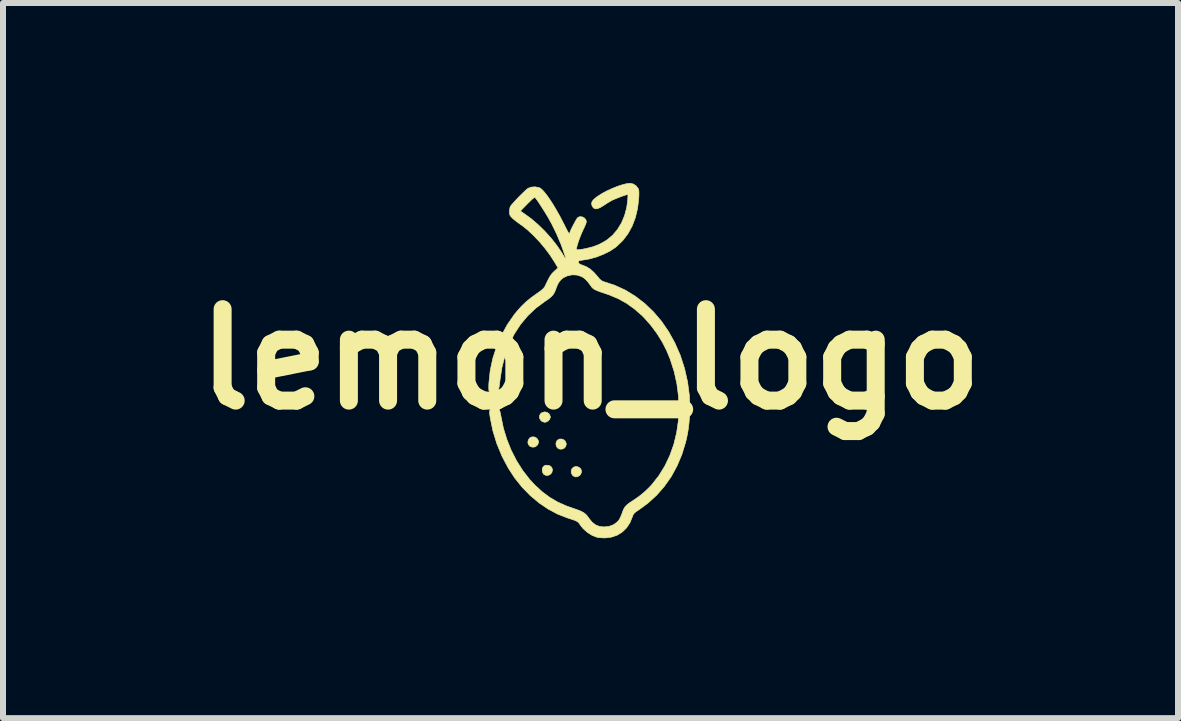
<source format=kicad_pcb>
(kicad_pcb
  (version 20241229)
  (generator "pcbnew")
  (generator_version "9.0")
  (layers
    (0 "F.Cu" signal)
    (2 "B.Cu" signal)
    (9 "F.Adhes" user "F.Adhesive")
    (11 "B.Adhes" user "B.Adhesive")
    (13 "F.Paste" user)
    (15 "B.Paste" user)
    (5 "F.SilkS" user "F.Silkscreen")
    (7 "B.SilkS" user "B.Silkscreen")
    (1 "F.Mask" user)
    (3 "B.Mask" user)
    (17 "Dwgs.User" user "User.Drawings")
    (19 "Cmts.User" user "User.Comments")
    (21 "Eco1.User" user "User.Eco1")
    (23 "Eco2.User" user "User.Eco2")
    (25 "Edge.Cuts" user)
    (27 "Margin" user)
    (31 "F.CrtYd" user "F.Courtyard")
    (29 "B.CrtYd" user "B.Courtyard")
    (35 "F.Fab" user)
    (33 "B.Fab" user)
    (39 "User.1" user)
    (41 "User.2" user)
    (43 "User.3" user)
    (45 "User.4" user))
  (footprint "lemon_logo"
    (layer "F.Cu")
    (at 6.793 2.938)
    (property "Reference" "lemon_logo" (at 0 0 0) (layer "F.SilkS") (effects (font (size 1.524 1.524) (thickness 0.3))))
    (attr through_hole)
    (fp_poly (pts (xy -0.694 1.769) (xy -0.658 1.789) (xy -0.638 1.823) (xy -0.635 1.848) (xy -0.644 1.888) (xy -0.669 1.917) (xy -0.703 1.935) (xy -0.74 1.937) (xy -0.775 1.921) (xy -0.783 1.913) (xy -0.802 1.879) (xy -0.806 1.841) (xy -0.797 1.805) (xy -0.775 1.778) (xy -0.745 1.766) (xy -0.694 1.769)) (stroke (width 0.01) (type solid)) (fill yes) (layer "F.SilkS"))
    (fp_poly (pts (xy -0.215 1.791) (xy -0.176 1.812) (xy -0.154 1.844) (xy -0.15 1.882) (xy -0.167 1.921) (xy -0.178 1.934) (xy -0.215 1.958) (xy -0.255 1.961) (xy -0.291 1.943) (xy -0.298 1.936) (xy -0.32 1.899) (xy -0.323 1.861) (xy -0.311 1.827) (xy -0.285 1.8) (xy -0.25 1.788) (xy -0.215 1.791)) (stroke (width 0.01) (type solid)) (fill yes) (layer "F.SilkS"))
    (fp_poly (pts (xy -0.72 0.887) (xy -0.687 0.914) (xy -0.671 0.952) (xy -0.67 0.966) (xy -0.68 1) (xy -0.706 1.029) (xy -0.741 1.047) (xy -0.762 1.051) (xy -0.803 1.04) (xy -0.826 1.022) (xy -0.849 0.986) (xy -0.852 0.949) (xy -0.838 0.914) (xy -0.809 0.889) (xy -0.767 0.878) (xy -0.762 0.877) (xy -0.72 0.887)) (stroke (width 0.01) (type solid)) (fill yes) (layer "F.SilkS"))
    (fp_poly (pts (xy -0.446 1.342) (xy -0.418 1.369) (xy -0.405 1.406) (xy -0.404 1.416) (xy -0.414 1.454) (xy -0.439 1.483) (xy -0.475 1.498) (xy -0.513 1.498) (xy -0.549 1.48) (xy -0.552 1.477) (xy -0.572 1.444) (xy -0.577 1.404) (xy -0.565 1.365) (xy -0.554 1.351) (xy -0.52 1.331) (xy -0.482 1.329) (xy -0.446 1.342)) (stroke (width 0.01) (type solid)) (fill yes) (layer "F.SilkS"))
    (fp_poly (pts (xy -0.914 1.303) (xy -0.885 1.329) (xy -0.868 1.363) (xy -0.866 1.38) (xy -0.873 1.407) (xy -0.89 1.436) (xy -0.89 1.436) (xy -0.922 1.46) (xy -0.963 1.466) (xy -1.004 1.455) (xy -1.012 1.449) (xy -1.038 1.418) (xy -1.045 1.379) (xy -1.034 1.341) (xy -1.012 1.311) (xy -0.983 1.296) (xy -0.947 1.293) (xy -0.914 1.303)) (stroke (width 0.01) (type solid)) (fill yes) (layer "F.SilkS"))
    (fp_poly (pts (xy 0.71 -2.922) (xy 0.757 -2.893) (xy 0.791 -2.851) (xy 0.792 -2.85) (xy 0.801 -2.829) (xy 0.806 -2.804) (xy 0.807 -2.77) (xy 0.806 -2.722) (xy 0.804 -2.685) (xy 0.785 -2.518) (xy 0.748 -2.363) (xy 0.694 -2.22) (xy 0.623 -2.091) (xy 0.536 -1.977) (xy 0.433 -1.879) (xy 0.415 -1.864) (xy 0.324 -1.804) (xy 0.218 -1.751) (xy 0.104 -1.706) (xy -0.012 -1.673) (xy -0.117 -1.655) (xy -0.165 -1.648) (xy -0.193 -1.64) (xy -0.205 -1.627) (xy -0.203 -1.609) (xy -0.203 -1.609) (xy -0.187 -1.591) (xy -0.15 -1.573) (xy -0.131 -1.567) (xy -0.065 -1.54) (xy -0.003 -1.501) (xy 0.057 -1.447) (xy 0.12 -1.376) (xy 0.148 -1.34) (xy 0.187 -1.307) (xy 0.223 -1.292) (xy 0.406 -1.232) (xy 0.582 -1.151) (xy 0.748 -1.049) (xy 0.904 -0.929) (xy 1.049 -0.79) (xy 1.182 -0.634) (xy 1.301 -0.461) (xy 1.403 -0.277) (xy 1.496 -0.066) (xy 1.567 0.154) (xy 1.618 0.38) (xy 1.648 0.61) (xy 1.655 0.84) (xy 1.65 0.953) (xy 1.642 1.056) (xy 1.632 1.146) (xy 1.619 1.23) (xy 1.601 1.317) (xy 1.586 1.38) (xy 1.524 1.583) (xy 1.444 1.774) (xy 1.347 1.953) (xy 1.232 2.117) (xy 1.101 2.267) (xy 0.955 2.4) (xy 0.823 2.497) (xy 0.776 2.529) (xy 0.743 2.553) (xy 0.723 2.573) (xy 0.71 2.593) (xy 0.701 2.616) (xy 0.699 2.622) (xy 0.658 2.723) (xy 0.601 2.81) (xy 0.529 2.88) (xy 0.445 2.932) (xy 0.349 2.965) (xy 0.245 2.978) (xy 0.227 2.978) (xy 0.18 2.976) (xy 0.137 2.972) (xy 0.11 2.968) (xy 0.027 2.936) (xy -0.053 2.886) (xy -0.124 2.822) (xy -0.169 2.766) (xy -0.185 2.741) (xy -0.201 2.722) (xy -0.218 2.707) (xy -0.242 2.694) (xy -0.277 2.68) (xy -0.325 2.664) (xy -0.387 2.644) (xy -0.549 2.581) (xy -0.708 2.496) (xy -0.861 2.392) (xy -1.005 2.271) (xy -1.14 2.133) (xy -1.262 1.981) (xy -1.37 1.816) (xy -1.476 1.615) (xy -1.562 1.406) (xy -1.628 1.191) (xy -1.672 0.975) (xy -1.674 0.961) (xy -1.681 0.913) (xy -1.683 0.881) (xy -1.68 0.859) (xy -1.672 0.842) (xy -1.669 0.837) (xy -1.64 0.809) (xy -1.602 0.798) (xy -1.564 0.802) (xy -1.532 0.823) (xy -1.52 0.84) (xy -1.511 0.867) (xy -1.501 0.908) (xy -1.492 0.956) (xy -1.49 0.964) (xy -1.452 1.15) (xy -1.395 1.336) (xy -1.322 1.518) (xy -1.233 1.692) (xy -1.13 1.855) (xy -1.016 2.002) (xy -0.924 2.101) (xy -0.802 2.212) (xy -0.679 2.303) (xy -0.548 2.38) (xy -0.405 2.444) (xy -0.292 2.484) (xy -0.217 2.51) (xy -0.159 2.533) (xy -0.116 2.556) (xy -0.081 2.583) (xy -0.052 2.615) (xy -0.028 2.649) (xy 0.026 2.716) (xy 0.086 2.762) (xy 0.154 2.788) (xy 0.224 2.795) (xy 0.309 2.786) (xy 0.385 2.757) (xy 0.446 2.712) (xy 0.468 2.688) (xy 0.486 2.66) (xy 0.504 2.622) (xy 0.525 2.57) (xy 0.536 2.538) (xy 0.554 2.495) (xy 0.576 2.46) (xy 0.607 2.427) (xy 0.65 2.393) (xy 0.704 2.358) (xy 0.809 2.286) (xy 0.898 2.213) (xy 0.98 2.135) (xy 1.02 2.092) (xy 1.138 1.942) (xy 1.239 1.779) (xy 1.322 1.604) (xy 1.388 1.419) (xy 1.435 1.226) (xy 1.464 1.026) (xy 1.474 0.822) (xy 1.466 0.616) (xy 1.439 0.408) (xy 1.393 0.201) (xy 1.327 -0.003) (xy 1.269 -0.144) (xy 1.197 -0.285) (xy 1.109 -0.427) (xy 1.008 -0.563) (xy 0.9 -0.686) (xy 0.859 -0.728) (xy 0.73 -0.84) (xy 0.599 -0.934) (xy 0.459 -1.011) (xy 0.306 -1.075) (xy 0.241 -1.097) (xy 0.169 -1.121) (xy 0.116 -1.141) (xy 0.077 -1.158) (xy 0.049 -1.175) (xy 0.027 -1.194) (xy 0.009 -1.218) (xy 0.004 -1.225) (xy -0.041 -1.286) (xy -0.081 -1.33) (xy -0.121 -1.362) (xy -0.156 -1.381) (xy -0.23 -1.404) (xy -0.308 -1.407) (xy -0.385 -1.391) (xy -0.454 -1.358) (xy -0.489 -1.33) (xy -0.518 -1.297) (xy -0.543 -1.257) (xy -0.566 -1.204) (xy -0.578 -1.17) (xy -0.597 -1.121) (xy -0.62 -1.082) (xy -0.65 -1.047) (xy -0.691 -1.012) (xy -0.749 -0.972) (xy -0.761 -0.964) (xy -0.912 -0.852) (xy -1.048 -0.723) (xy -1.168 -0.579) (xy -1.272 -0.419) (xy -1.358 -0.246) (xy -1.426 -0.059) (xy -1.477 0.139) (xy -1.508 0.341) (xy -1.515 0.401) (xy -1.523 0.456) (xy -1.531 0.499) (xy -1.537 0.525) (xy -1.538 0.529) (xy -1.563 0.554) (xy -1.599 0.567) (xy -1.639 0.565) (xy -1.675 0.547) (xy -1.678 0.544) (xy -1.688 0.534) (xy -1.693 0.521) (xy -1.696 0.499) (xy -1.696 0.464) (xy -1.695 0.413) (xy -1.693 0.387) (xy -1.672 0.187) (xy -1.629 -0.013) (xy -1.566 -0.21) (xy -1.484 -0.4) (xy -1.385 -0.58) (xy -1.269 -0.747) (xy -1.221 -0.805) (xy -1.149 -0.885) (xy -1.075 -0.957) (xy -0.991 -1.025) (xy -0.893 -1.096) (xy -0.89 -1.098) (xy -0.831 -1.14) (xy -0.79 -1.175) (xy -0.766 -1.203) (xy -0.761 -1.213) (xy -0.727 -1.283) (xy -0.701 -1.336) (xy -0.679 -1.376) (xy -0.659 -1.406) (xy -0.64 -1.431) (xy -0.617 -1.454) (xy -0.605 -1.466) (xy -0.542 -1.523) (xy -0.601 -1.622) (xy -0.673 -1.734) (xy -0.758 -1.848) (xy -0.85 -1.958) (xy -0.947 -2.06) (xy -1.044 -2.151) (xy -1.138 -2.227) (xy -1.166 -2.246) (xy -1.212 -2.279) (xy -1.258 -2.314) (xy -1.295 -2.345) (xy -1.301 -2.351) (xy -1.329 -2.38) (xy -1.344 -2.403) (xy -1.35 -2.429) (xy -1.351 -2.458) (xy -1.35 -2.471) (xy -1.166 -2.471) (xy -1.157 -2.462) (xy -1.133 -2.445) (xy -1.1 -2.423) (xy -1.098 -2.421) (xy -0.987 -2.341) (xy -0.873 -2.243) (xy -0.76 -2.132) (xy -0.653 -2.013) (xy -0.556 -1.889) (xy -0.473 -1.766) (xy -0.448 -1.723) (xy -0.429 -1.691) (xy -0.415 -1.669) (xy -0.41 -1.663) (xy -0.411 -1.673) (xy -0.418 -1.699) (xy -0.429 -1.737) (xy -0.432 -1.746) (xy -0.491 -1.913) (xy -0.564 -2.086) (xy -0.647 -2.256) (xy -0.678 -2.312) (xy -0.706 -2.363) (xy -0.741 -2.421) (xy -0.779 -2.482) (xy -0.817 -2.542) (xy -0.853 -2.597) (xy -0.884 -2.644) (xy -0.909 -2.677) (xy -0.919 -2.69) (xy -0.927 -2.695) (xy -0.939 -2.692) (xy -0.957 -2.681) (xy -0.983 -2.658) (xy -1.021 -2.621) (xy -1.051 -2.592) (xy -1.092 -2.55) (xy -1.127 -2.514) (xy -1.152 -2.488) (xy -1.165 -2.473) (xy -1.166 -2.471) (xy -1.35 -2.471) (xy -1.348 -2.498) (xy -1.342 -2.532) (xy -1.337 -2.544) (xy -1.322 -2.566) (xy -1.293 -2.6) (xy -1.255 -2.642) (xy -1.211 -2.689) (xy -1.165 -2.736) (xy -1.12 -2.779) (xy -1.082 -2.816) (xy -1.052 -2.841) (xy -1.041 -2.849) (xy -0.988 -2.869) (xy -0.927 -2.874) (xy -0.867 -2.864) (xy -0.843 -2.855) (xy -0.811 -2.831) (xy -0.771 -2.788) (xy -0.725 -2.73) (xy -0.674 -2.657) (xy -0.62 -2.573) (xy -0.565 -2.48) (xy -0.509 -2.38) (xy -0.456 -2.277) (xy -0.447 -2.26) (xy -0.412 -2.19) (xy -0.386 -2.14) (xy -0.367 -2.108) (xy -0.355 -2.092) (xy -0.348 -2.093) (xy -0.346 -2.105) (xy -0.341 -2.124) (xy -0.327 -2.157) (xy -0.306 -2.2) (xy -0.282 -2.246) (xy -0.258 -2.291) (xy -0.236 -2.33) (xy -0.218 -2.356) (xy -0.211 -2.364) (xy -0.176 -2.377) (xy -0.138 -2.373) (xy -0.103 -2.355) (xy -0.078 -2.326) (xy -0.069 -2.293) (xy -0.074 -2.271) (xy -0.088 -2.234) (xy -0.108 -2.189) (xy -0.121 -2.163) (xy -0.155 -2.087) (xy -0.189 -2.001) (xy -0.217 -1.917) (xy -0.234 -1.85) (xy -0.235 -1.836) (xy -0.228 -1.828) (xy -0.21 -1.825) (xy -0.179 -1.827) (xy -0.13 -1.835) (xy -0.069 -1.847) (xy 0.041 -1.875) (xy 0.136 -1.911) (xy 0.227 -1.959) (xy 0.276 -1.99) (xy 0.368 -2.067) (xy 0.449 -2.162) (xy 0.516 -2.272) (xy 0.567 -2.394) (xy 0.603 -2.526) (xy 0.62 -2.653) (xy 0.622 -2.696) (xy 0.623 -2.729) (xy 0.621 -2.746) (xy 0.62 -2.748) (xy 0.604 -2.744) (xy 0.571 -2.733) (xy 0.528 -2.718) (xy 0.48 -2.7) (xy 0.432 -2.681) (xy 0.391 -2.664) (xy 0.361 -2.651) (xy 0.358 -2.649) (xy 0.324 -2.63) (xy 0.279 -2.603) (xy 0.232 -2.572) (xy 0.22 -2.564) (xy 0.159 -2.527) (xy 0.111 -2.509) (xy 0.074 -2.508) (xy 0.045 -2.526) (xy 0.024 -2.562) (xy 0.024 -2.562) (xy 0.017 -2.595) (xy 0.025 -2.627) (xy 0.051 -2.661) (xy 0.095 -2.699) (xy 0.121 -2.717) (xy 0.191 -2.762) (xy 0.271 -2.805) (xy 0.356 -2.844) (xy 0.441 -2.879) (xy 0.522 -2.906) (xy 0.594 -2.925) (xy 0.651 -2.932) (xy 0.658 -2.933) (xy 0.71 -2.922)) (stroke (width 0.01) (type solid)) (fill yes) (layer "F.SilkS")))
  (gr_rect
    (start -3 -3)
    (end 16.585 8.92)
    (stroke (width 0.1) (type default))
    (fill no)
    (layer "Edge.Cuts")))
</source>
